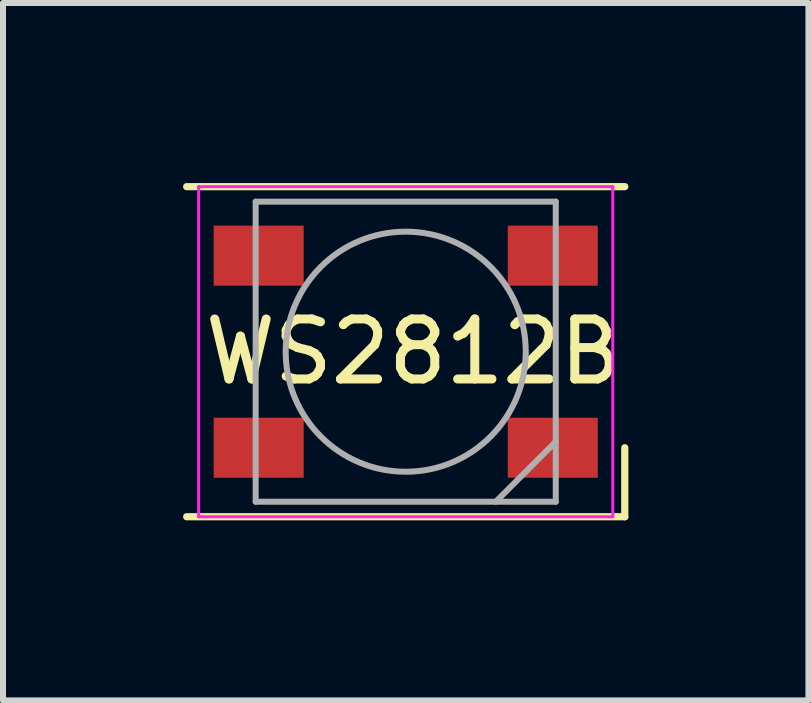
<source format=kicad_pcb>
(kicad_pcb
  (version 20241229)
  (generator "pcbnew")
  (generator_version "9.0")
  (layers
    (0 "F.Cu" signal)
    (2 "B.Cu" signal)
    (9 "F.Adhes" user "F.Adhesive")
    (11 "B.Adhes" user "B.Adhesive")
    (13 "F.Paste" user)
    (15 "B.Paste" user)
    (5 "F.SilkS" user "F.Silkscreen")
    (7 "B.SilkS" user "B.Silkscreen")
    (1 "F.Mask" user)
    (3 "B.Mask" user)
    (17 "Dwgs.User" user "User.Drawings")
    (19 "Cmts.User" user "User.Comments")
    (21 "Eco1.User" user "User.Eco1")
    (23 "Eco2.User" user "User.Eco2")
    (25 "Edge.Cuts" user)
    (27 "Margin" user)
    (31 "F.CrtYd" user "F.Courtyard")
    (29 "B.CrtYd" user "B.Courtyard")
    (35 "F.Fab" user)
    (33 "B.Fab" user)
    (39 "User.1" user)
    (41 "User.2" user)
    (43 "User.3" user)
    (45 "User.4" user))
  (footprint "WS2812B"
    (layer "F.Cu")
    (at 3.71 2.81)
    (property "Reference" "WS2812B" (at 0.127 0 0) (layer "F.SilkS") (effects (font (size 1 1) (thickness 0.15))))
    (attr smd)
    (fp_line (start -3.65 -2.75) (end 3.65 -2.75) (stroke (width 0.12) (type solid)) (layer "F.SilkS"))
    (fp_line (start -3.65 2.75) (end 3.65 2.75) (stroke (width 0.12) (type solid)) (layer "F.SilkS"))
    (fp_line (start 3.65 2.75) (end 3.65 1.6) (stroke (width 0.12) (type solid)) (layer "F.SilkS"))
    (fp_line (start -3.45 -2.75) (end -3.45 2.75) (stroke (width 0.05) (type solid)) (layer "F.CrtYd"))
    (fp_line (start -3.45 2.75) (end 3.45 2.75) (stroke (width 0.05) (type solid)) (layer "F.CrtYd"))
    (fp_line (start 3.45 -2.75) (end -3.45 -2.75) (stroke (width 0.05) (type solid)) (layer "F.CrtYd"))
    (fp_line (start 3.45 2.75) (end 3.45 -2.75) (stroke (width 0.05) (type solid)) (layer "F.CrtYd"))
    (fp_line (start -2.5 -2.5) (end -2.5 2.5) (stroke (width 0.1) (type solid)) (layer "F.Fab"))
    (fp_line (start -2.5 2.5) (end 2.5 2.5) (stroke (width 0.1) (type solid)) (layer "F.Fab"))
    (fp_line (start 2.5 -2.5) (end -2.5 -2.5) (stroke (width 0.1) (type solid)) (layer "F.Fab"))
    (fp_line (start 2.5 1.5) (end 1.5 2.5) (stroke (width 0.1) (type solid)) (layer "F.Fab"))
    (fp_line (start 2.5 2.5) (end 2.5 -2.5) (stroke (width 0.1) (type solid)) (layer "F.Fab"))
    (fp_circle (center 0 0) (end 0 -2) (stroke (width 0.1) (type solid)) (fill no) (layer "F.Fab"))
    (pad "1" smd rect (at -2.45 -1.6) (size 1.5 1) (layers "F.Cu" "F.Mask" "F.Paste"))
    (pad "2" smd rect (at -2.45 1.6) (size 1.5 1) (layers "F.Cu" "F.Mask" "F.Paste"))
    (pad "3" smd rect (at 2.45 1.6) (size 1.5 1) (layers "F.Cu" "F.Mask" "F.Paste"))
    (pad "4" smd rect (at 2.45 -1.6) (size 1.5 1) (layers "F.Cu" "F.Mask" "F.Paste")))
  (gr_rect
    (start -3 -3)
    (end 10.42 8.62)
    (stroke (width 0.1) (type default))
    (fill no)
    (layer "Edge.Cuts")))
</source>
